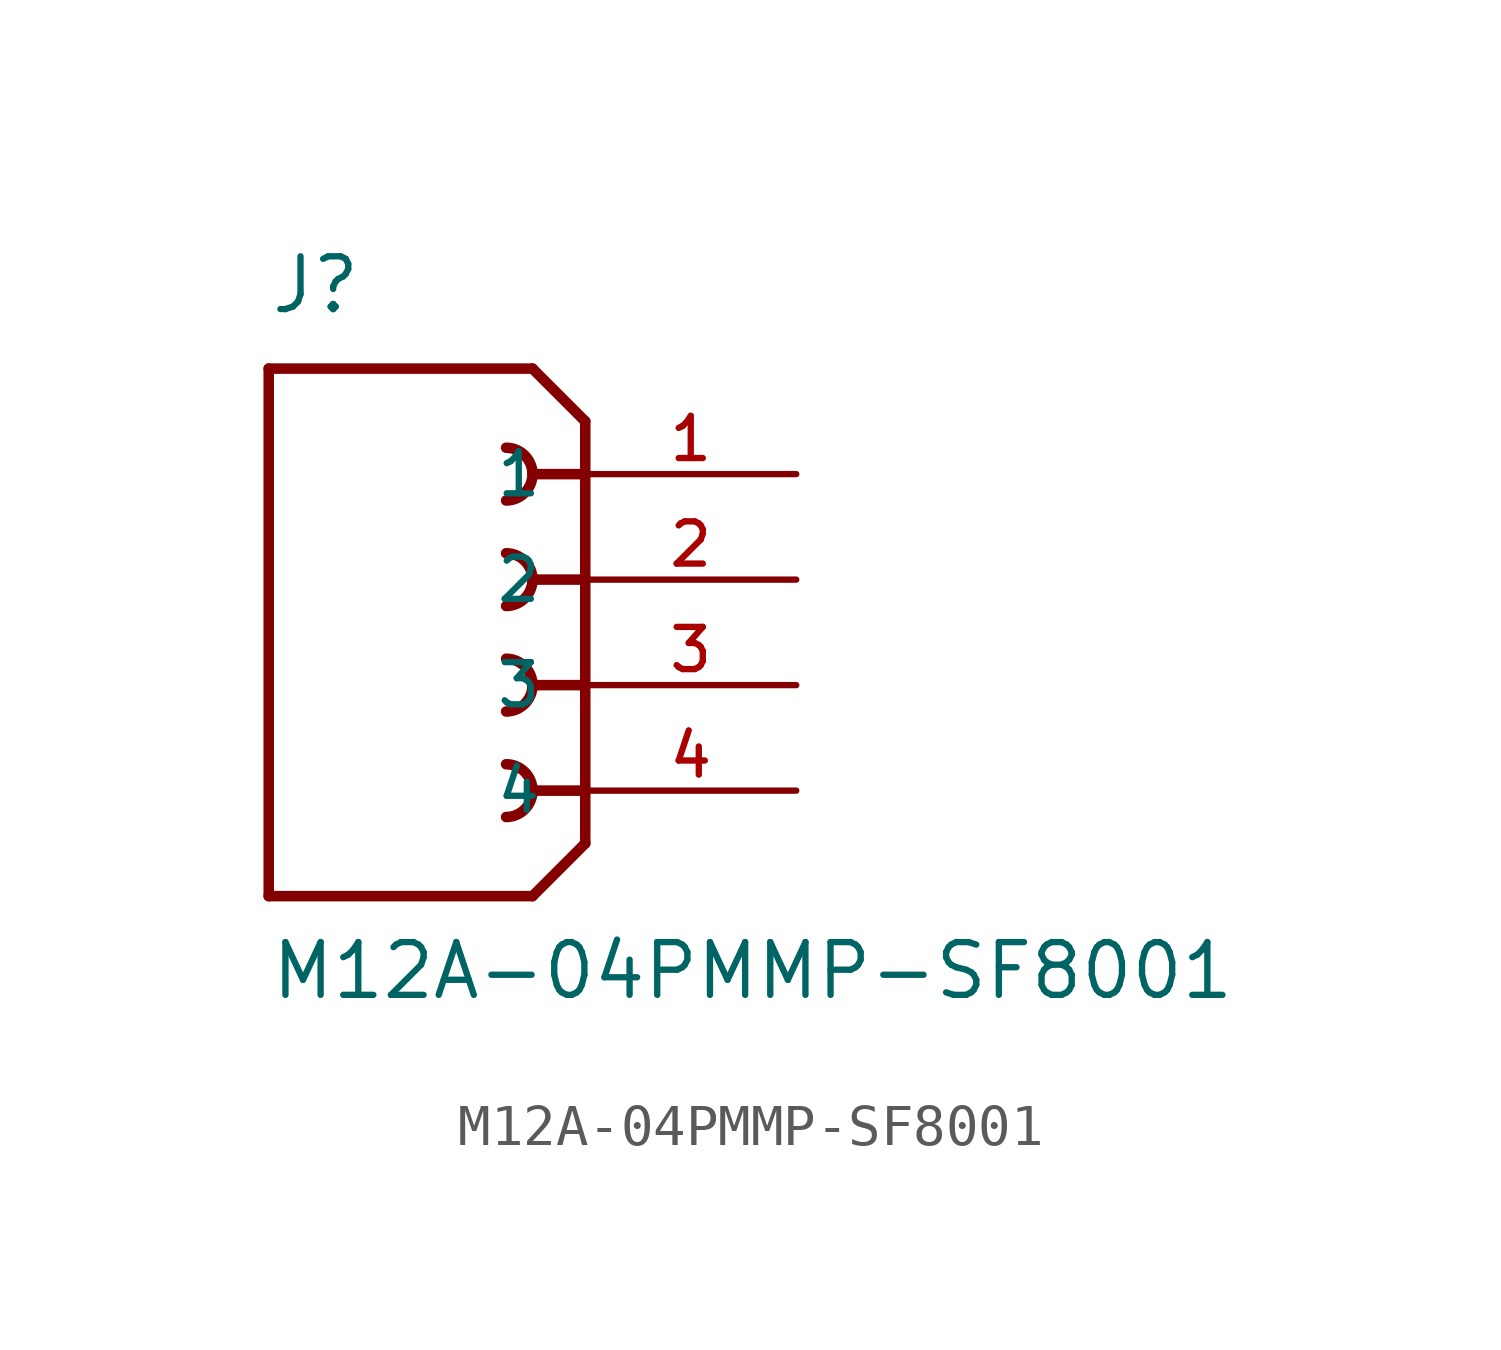
<source format=kicad_sym>
(kicad_symbol_lib
  (version 20211014)
  (generator kicad_symbol_editor)
  (symbol "M12A-04PMMP-SF8001"
    (pin_names
      (offset 1.016))
    (property "Reference" "J"
      (at -7.62 13.97 0)
      (effects (font (size 1.27 1.27)) (justify bottom left)))
    (property "Value" "M12A-04PMMP-SF8001"
      (at -7.62 -2.54 0)
      (effects (font (size 1.27 1.27)) (justify bottom left)))
    (symbol "M12A-04PMMP-SF8001_0_0"
      (polyline (pts (xy 0.0 11.43) (xy -1.27 12.7)) (stroke (width 0.254)))
      (polyline (pts (xy 0.0 11.43) (xy 0.0 10.16)) (stroke (width 0.254)))
      (polyline (pts (xy 0.0 10.16) (xy 0.0 1.27)) (stroke (width 0.254)))
      (polyline (pts (xy 0.0 1.27) (xy -1.27 0.0)) (stroke (width 0.254)))
      (polyline (pts (xy -1.27 0.0) (xy -7.62 0.0)) (stroke (width 0.254)))
      (polyline (pts (xy -7.62 0.0) (xy -7.62 12.7)) (stroke (width 0.254)))
      (polyline (pts (xy -7.62 12.7) (xy -1.27 12.7)) (stroke (width 0.254)))
      (polyline (pts (xy 0.0 10.16) (xy -1.27 10.16)) (stroke (width 0.254)))
      (arc (start -1.905 9.525) (mid -1.27 10.16) (end -1.905 10.795) (stroke (width 0.254) (type default) (color 0 0 0 0)) (fill (type none)))
      (polyline (pts (xy 0.0 7.62) (xy -1.27 7.62)) (stroke (width 0.254)))
      (arc (start -1.905 6.985) (mid -1.27 7.62) (end -1.905 8.255) (stroke (width 0.254) (type default) (color 0 0 0 0)) (fill (type none)))
      (polyline (pts (xy 0.0 5.08) (xy -1.27 5.08)) (stroke (width 0.254)))
      (arc (start -1.905 4.445) (mid -1.27 5.08) (end -1.905 5.715) (stroke (width 0.254) (type default) (color 0 0 0 0)) (fill (type none)))
      (polyline (pts (xy 0.0 2.54) (xy -1.27 2.54)) (stroke (width 0.254)))
      (arc (start -1.905 1.905) (mid -1.27 2.54) (end -1.905 3.175) (stroke (width 0.254) (type default) (color 0 0 0 0)) (fill (type none)))
      (pin passive line (at 5.08 10.16 180.0) (length 5.08) (name "1" (effects (font (size 1.016 1.016)))) (number "1" (effects (font (size 1.016 1.016)))))
      (pin passive line (at 5.08 7.62 180.0) (length 5.08) (name "2" (effects (font (size 1.016 1.016)))) (number "2" (effects (font (size 1.016 1.016)))))
      (pin passive line (at 5.08 5.08 180.0) (length 5.08) (name "3" (effects (font (size 1.016 1.016)))) (number "3" (effects (font (size 1.016 1.016)))))
      (pin passive line (at 5.08 2.54 180.0) (length 5.08) (name "4" (effects (font (size 1.016 1.016)))) (number "4" (effects (font (size 1.016 1.016))))))))
</source>
